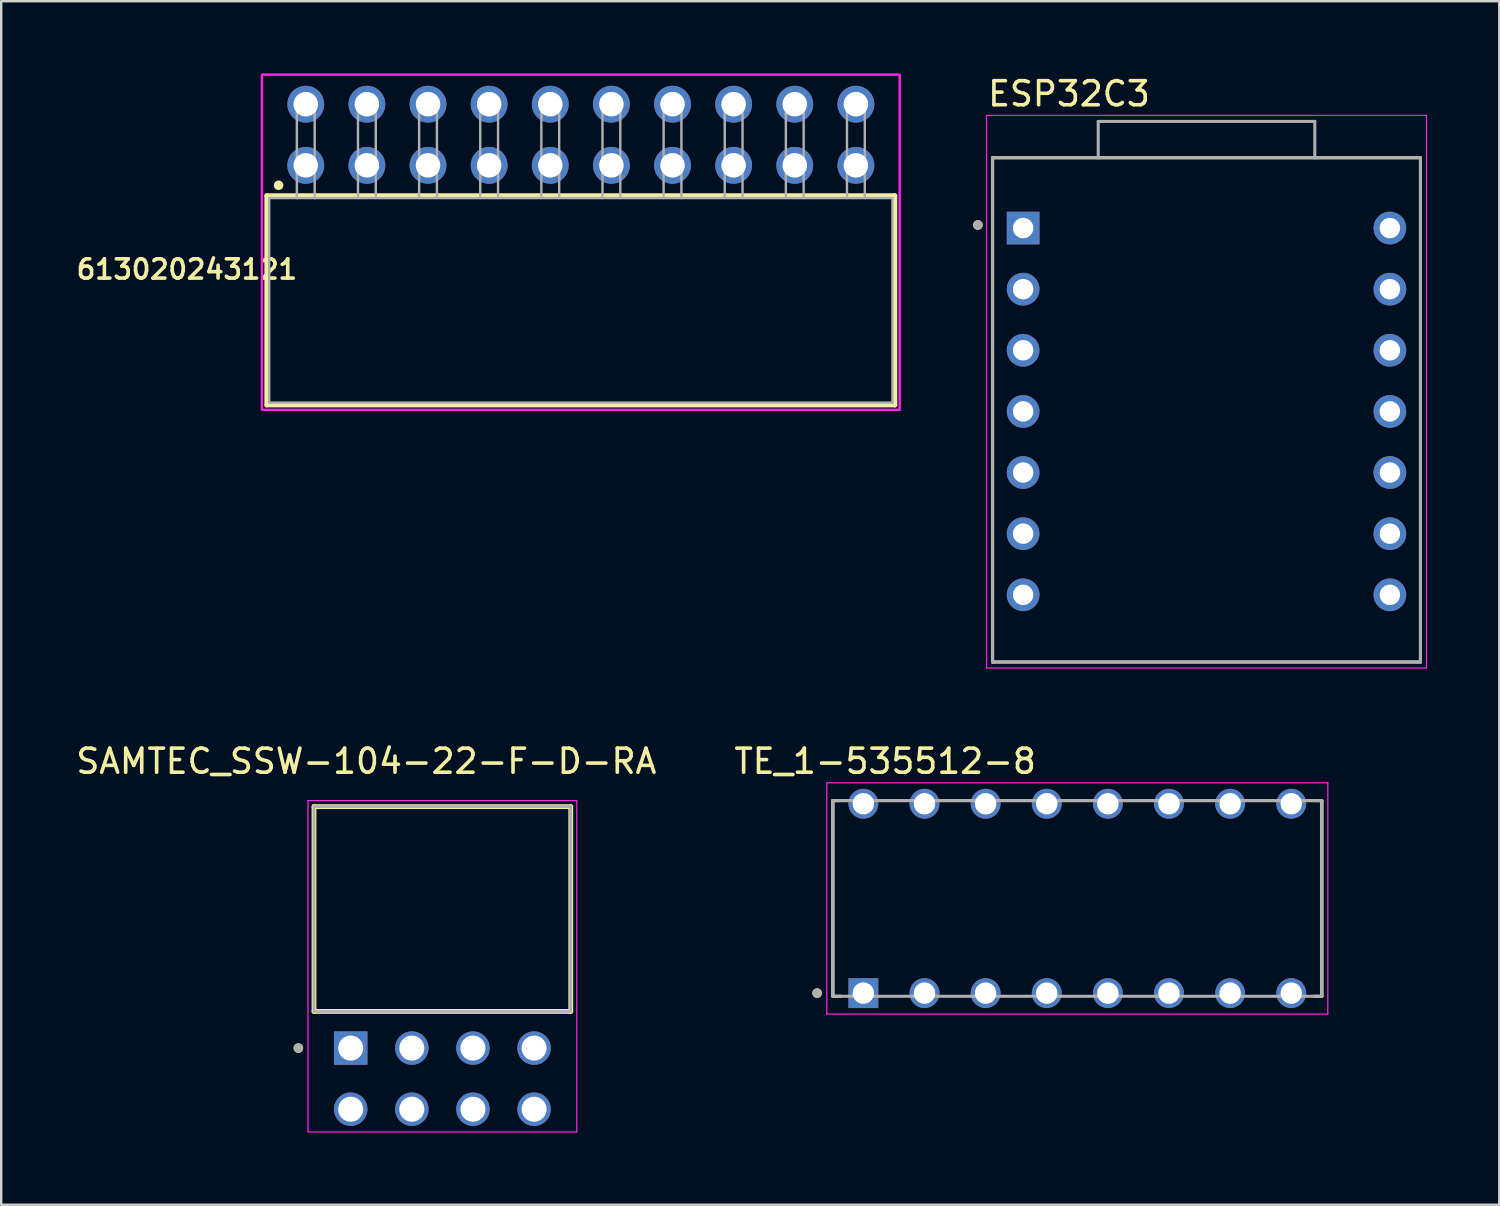
<source format=kicad_pcb>
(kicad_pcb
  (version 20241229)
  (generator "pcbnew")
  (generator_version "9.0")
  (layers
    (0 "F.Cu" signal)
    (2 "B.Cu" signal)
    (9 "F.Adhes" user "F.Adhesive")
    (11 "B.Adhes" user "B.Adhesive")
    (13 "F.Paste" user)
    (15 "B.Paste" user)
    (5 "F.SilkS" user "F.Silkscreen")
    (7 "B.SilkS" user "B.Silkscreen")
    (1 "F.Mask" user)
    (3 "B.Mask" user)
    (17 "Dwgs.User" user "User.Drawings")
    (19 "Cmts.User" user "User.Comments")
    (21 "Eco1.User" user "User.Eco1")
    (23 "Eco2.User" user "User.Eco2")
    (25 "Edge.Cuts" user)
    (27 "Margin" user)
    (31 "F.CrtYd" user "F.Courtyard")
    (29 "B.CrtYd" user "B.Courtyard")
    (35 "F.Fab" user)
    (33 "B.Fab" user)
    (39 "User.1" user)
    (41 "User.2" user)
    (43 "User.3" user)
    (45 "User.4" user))
  (footprint "TE_1-535512-8"
    (layer "F.Cu")
    (at 32.827 38.219)
    (property "Reference" "TE_1-535512-8" (at 0.905 -9.635 0) (layer "F.SilkS") (effects (font (size 1 1) (thickness 0.15))))
    (attr through_hole)
    (fp_line (start -1.27 -8) (end -0.94 -8) (stroke (width 0.127) (type solid)) (layer "F.SilkS"))
    (fp_line (start -1.27 0.13) (end -1.27 -8) (stroke (width 0.127) (type solid)) (layer "F.SilkS"))
    (fp_line (start -0.94 0.13) (end -1.27 0.13) (stroke (width 0.127) (type solid)) (layer "F.SilkS"))
    (fp_line (start 18.72 -8) (end 19.05 -8) (stroke (width 0.127) (type solid)) (layer "F.SilkS"))
    (fp_line (start 18.72 0.13) (end 19.05 0.13) (stroke (width 0.127) (type solid)) (layer "F.SilkS"))
    (fp_line (start 19.05 -8) (end 19.05 0.13) (stroke (width 0.127) (type solid)) (layer "F.SilkS"))
    (fp_circle (center -1.92 0) (end -1.82 0) (stroke (width 0.2) (type solid)) (fill no) (layer "F.SilkS"))
    (fp_line (start -1.52 -8.74) (end 19.3 -8.74) (stroke (width 0.05) (type solid)) (layer "F.CrtYd"))
    (fp_line (start -1.52 0.87) (end -1.52 -8.74) (stroke (width 0.05) (type solid)) (layer "F.CrtYd"))
    (fp_line (start 19.3 -8.74) (end 19.3 0.87) (stroke (width 0.05) (type solid)) (layer "F.CrtYd"))
    (fp_line (start 19.3 0.87) (end -1.52 0.87) (stroke (width 0.05) (type solid)) (layer "F.CrtYd"))
    (fp_line (start -1.27 -8) (end 19.05 -8) (stroke (width 0.127) (type solid)) (layer "F.Fab"))
    (fp_line (start -1.27 -8) (end 19.05 -8) (stroke (width 0.127) (type solid)) (layer "F.Fab"))
    (fp_line (start -1.27 0.13) (end -1.27 -8) (stroke (width 0.127) (type solid)) (layer "F.Fab"))
    (fp_line (start -1.27 0.13) (end -1.27 -8) (stroke (width 0.127) (type solid)) (layer "F.Fab"))
    (fp_line (start 19.05 -8) (end 19.05 0.13) (stroke (width 0.127) (type solid)) (layer "F.Fab"))
    (fp_line (start 19.05 -8) (end 19.05 0.13) (stroke (width 0.127) (type solid)) (layer "F.Fab"))
    (fp_line (start 19.05 0.13) (end -1.27 0.13) (stroke (width 0.127) (type solid)) (layer "F.Fab"))
    (fp_circle (center -1.92 0) (end -1.82 0) (stroke (width 0.2) (type solid)) (fill no) (layer "F.Fab"))
    (pad "1" thru_hole rect (at 0 0) (size 1.24 1.24) (drill 0.89) (layers "*.Cu" "*.Mask"))
    (pad "2" thru_hole circle (at 2.54 0) (size 1.24 1.24) (drill 0.89) (layers "*.Cu" "*.Mask"))
    (pad "3" thru_hole circle (at 5.08 0) (size 1.24 1.24) (drill 0.89) (layers "*.Cu" "*.Mask"))
    (pad "4" thru_hole circle (at 7.62 0) (size 1.24 1.24) (drill 0.89) (layers "*.Cu" "*.Mask"))
    (pad "5" thru_hole circle (at 10.16 0) (size 1.24 1.24) (drill 0.89) (layers "*.Cu" "*.Mask"))
    (pad "6" thru_hole circle (at 12.7 0) (size 1.24 1.24) (drill 0.89) (layers "*.Cu" "*.Mask"))
    (pad "7" thru_hole circle (at 15.24 0) (size 1.24 1.24) (drill 0.89) (layers "*.Cu" "*.Mask"))
    (pad "8" thru_hole circle (at 17.78 0) (size 1.24 1.24) (drill 0.89) (layers "*.Cu" "*.Mask"))
    (pad "9" thru_hole circle (at 0 -7.87) (size 1.24 1.24) (drill 0.89) (layers "*.Cu" "*.Mask"))
    (pad "10" thru_hole circle (at 2.54 -7.87) (size 1.24 1.24) (drill 0.89) (layers "*.Cu" "*.Mask"))
    (pad "11" thru_hole circle (at 5.08 -7.87) (size 1.24 1.24) (drill 0.89) (layers "*.Cu" "*.Mask"))
    (pad "12" thru_hole circle (at 7.62 -7.87) (size 1.24 1.24) (drill 0.89) (layers "*.Cu" "*.Mask"))
    (pad "13" thru_hole circle (at 10.16 -7.87) (size 1.24 1.24) (drill 0.89) (layers "*.Cu" "*.Mask"))
    (pad "14" thru_hole circle (at 12.7 -7.87) (size 1.24 1.24) (drill 0.89) (layers "*.Cu" "*.Mask"))
    (pad "15" thru_hole circle (at 15.24 -7.87) (size 1.24 1.24) (drill 0.89) (layers "*.Cu" "*.Mask"))
    (pad "16" thru_hole circle (at 17.78 -7.87) (size 1.24 1.24) (drill 0.89) (layers "*.Cu" "*.Mask")))
  (footprint "SAMTEC_SSW-104-22-F-D-RA"
    (layer "F.Cu")
    (at 11.523 40.503)
    (property "Reference" "SAMTEC_SSW-104-22-F-D-RA" (at 0.65 -11.919 0) (layer "F.SilkS") (effects (font (size 1 1) (thickness 0.15))))
    (attr through_hole)
    (fp_line (start -1.525 -1.524) (end -1.525 -10.034) (stroke (width 0.2) (type solid)) (layer "F.SilkS"))
    (fp_line (start 9.145 -10.034) (end -1.525 -10.034) (stroke (width 0.2) (type solid)) (layer "F.SilkS"))
    (fp_line (start 9.145 -10.034) (end 9.145 -1.524) (stroke (width 0.2) (type solid)) (layer "F.SilkS"))
    (fp_line (start 9.145 -1.524) (end -1.525 -1.524) (stroke (width 0.2) (type solid)) (layer "F.SilkS"))
    (fp_circle (center -2.175 0) (end -2.075 0) (stroke (width 0.2) (type solid)) (fill no) (layer "F.SilkS"))
    (fp_line (start -1.775 -10.284) (end 9.395 -10.284) (stroke (width 0.05) (type solid)) (layer "F.CrtYd"))
    (fp_line (start -1.775 3.485) (end -1.775 -10.284) (stroke (width 0.05) (type solid)) (layer "F.CrtYd"))
    (fp_line (start 9.395 -10.284) (end 9.395 3.485) (stroke (width 0.05) (type solid)) (layer "F.CrtYd"))
    (fp_line (start 9.395 3.485) (end -1.775 3.485) (stroke (width 0.05) (type solid)) (layer "F.CrtYd"))
    (fp_line (start -1.525 -10.034) (end 9.145 -10.034) (stroke (width 0.1) (type solid)) (layer "F.Fab"))
    (fp_line (start -1.525 -10.034) (end 9.145 -10.034) (stroke (width 0.1) (type solid)) (layer "F.Fab"))
    (fp_line (start -1.525 -1.524) (end -1.525 -10.034) (stroke (width 0.1) (type solid)) (layer "F.Fab"))
    (fp_line (start -1.525 -1.524) (end -1.525 -10.034) (stroke (width 0.1) (type solid)) (layer "F.Fab"))
    (fp_line (start 9.145 -10.034) (end 9.145 -1.524) (stroke (width 0.1) (type solid)) (layer "F.Fab"))
    (fp_line (start 9.145 -10.034) (end 9.145 -1.524) (stroke (width 0.1) (type solid)) (layer "F.Fab"))
    (fp_line (start 9.145 -1.524) (end -1.525 -1.524) (stroke (width 0.1) (type solid)) (layer "F.Fab"))
    (fp_circle (center -2.175 0) (end -2.075 0) (stroke (width 0.2) (type solid)) (fill no) (layer "F.Fab"))
    (pad "01" thru_hole rect (at 0 0) (size 1.39 1.39) (drill 1.04) (layers "*.Cu" "*.Mask"))
    (pad "02" thru_hole circle (at 0 2.54) (size 1.39 1.39) (drill 1.04) (layers "*.Cu" "*.Mask"))
    (pad "03" thru_hole circle (at 2.54 0) (size 1.39 1.39) (drill 1.04) (layers "*.Cu" "*.Mask"))
    (pad "04" thru_hole circle (at 2.54 2.54) (size 1.39 1.39) (drill 1.04) (layers "*.Cu" "*.Mask"))
    (pad "05" thru_hole circle (at 5.08 0) (size 1.39 1.39) (drill 1.04) (layers "*.Cu" "*.Mask"))
    (pad "06" thru_hole circle (at 5.08 2.54) (size 1.39 1.39) (drill 1.04) (layers "*.Cu" "*.Mask"))
    (pad "07" thru_hole circle (at 7.62 0) (size 1.39 1.39) (drill 1.04) (layers "*.Cu" "*.Mask"))
    (pad "08" thru_hole circle (at 7.62 2.54) (size 1.39 1.39) (drill 1.04) (layers "*.Cu" "*.Mask")))
  (footprint "613020243121"
    (layer "F.Cu")
    (at 21.086 9.43)
    (property "Reference" "613020243121" (at -16.37 -1.288 0) (layer "F.SilkS") (effects (font (size 0.8 0.8) (thickness 0.15))))
    (attr through_hole)
    (fp_line (start -13.05 -4.35) (end 13.05 -4.35) (stroke (width 0.2) (type solid)) (layer "F.SilkS"))
    (fp_line (start -13.05 4.35) (end -13.05 -4.35) (stroke (width 0.2) (type solid)) (layer "F.SilkS"))
    (fp_line (start 13.05 -4.35) (end 13.05 4.35) (stroke (width 0.2) (type solid)) (layer "F.SilkS"))
    (fp_line (start 13.05 4.35) (end -13.05 4.35) (stroke (width 0.2) (type solid)) (layer "F.SilkS"))
    (fp_circle (center -12.56 -4.78) (end -12.46 -4.78) (stroke (width 0.2) (type solid)) (fill no) (layer "F.SilkS"))
    (fp_poly (pts (xy -13.25 -9.38) (xy 13.25 -9.38) (xy 13.25 4.55) (xy -13.25 4.55)) (stroke (width 0.1) (type solid)) (fill no) (layer "F.CrtYd"))
    (fp_line (start -12.95 -4.25) (end -12.95 4.25) (stroke (width 0.1) (type solid)) (layer "F.Fab"))
    (fp_line (start -11.8 -8.35) (end -11.06 -8.35) (stroke (width 0.1) (type solid)) (layer "F.Fab"))
    (fp_line (start -11.8 -4.25) (end -12.95 -4.25) (stroke (width 0.1) (type solid)) (layer "F.Fab"))
    (fp_line (start -11.8 -4.25) (end -11.8 -8.35) (stroke (width 0.1) (type solid)) (layer "F.Fab"))
    (fp_line (start -11.06 -8.35) (end -11.06 -4.25) (stroke (width 0.1) (type solid)) (layer "F.Fab"))
    (fp_line (start -11.06 -4.25) (end -11.8 -4.25) (stroke (width 0.1) (type solid)) (layer "F.Fab"))
    (fp_line (start -9.26 -8.35) (end -8.52 -8.35) (stroke (width 0.1) (type solid)) (layer "F.Fab"))
    (fp_line (start -9.26 -4.25) (end -9.26 -8.35) (stroke (width 0.1) (type solid)) (layer "F.Fab"))
    (fp_line (start -8.52 -8.35) (end -8.52 -4.25) (stroke (width 0.1) (type solid)) (layer "F.Fab"))
    (fp_line (start -6.72 -8.35) (end -5.98 -8.35) (stroke (width 0.1) (type solid)) (layer "F.Fab"))
    (fp_line (start -6.72 -4.25) (end -6.72 -8.35) (stroke (width 0.1) (type solid)) (layer "F.Fab"))
    (fp_line (start -5.98 -8.35) (end -5.98 -4.25) (stroke (width 0.1) (type solid)) (layer "F.Fab"))
    (fp_line (start -4.18 -8.35) (end -3.44 -8.35) (stroke (width 0.1) (type solid)) (layer "F.Fab"))
    (fp_line (start -4.18 -4.25) (end -4.18 -8.35) (stroke (width 0.1) (type solid)) (layer "F.Fab"))
    (fp_line (start -3.44 -8.35) (end -3.44 -4.25) (stroke (width 0.1) (type solid)) (layer "F.Fab"))
    (fp_line (start -1.64 -8.35) (end -0.9 -8.35) (stroke (width 0.1) (type solid)) (layer "F.Fab"))
    (fp_line (start -1.64 -4.25) (end -1.64 -8.35) (stroke (width 0.1) (type solid)) (layer "F.Fab"))
    (fp_line (start -0.9 -8.35) (end -0.9 -4.25) (stroke (width 0.1) (type solid)) (layer "F.Fab"))
    (fp_line (start 0.9 -8.35) (end 1.64 -8.35) (stroke (width 0.1) (type solid)) (layer "F.Fab"))
    (fp_line (start 0.9 -4.25) (end 0.9 -8.35) (stroke (width 0.1) (type solid)) (layer "F.Fab"))
    (fp_line (start 1.64 -8.35) (end 1.64 -4.25) (stroke (width 0.1) (type solid)) (layer "F.Fab"))
    (fp_line (start 3.44 -8.35) (end 4.18 -8.35) (stroke (width 0.1) (type solid)) (layer "F.Fab"))
    (fp_line (start 3.44 -4.25) (end 3.44 -8.35) (stroke (width 0.1) (type solid)) (layer "F.Fab"))
    (fp_line (start 4.18 -8.35) (end 4.18 -4.25) (stroke (width 0.1) (type solid)) (layer "F.Fab"))
    (fp_line (start 5.98 -8.35) (end 6.72 -8.35) (stroke (width 0.1) (type solid)) (layer "F.Fab"))
    (fp_line (start 5.98 -4.25) (end 5.98 -8.35) (stroke (width 0.1) (type solid)) (layer "F.Fab"))
    (fp_line (start 6.72 -8.35) (end 6.72 -4.25) (stroke (width 0.1) (type solid)) (layer "F.Fab"))
    (fp_line (start 8.52 -8.35) (end 9.26 -8.35) (stroke (width 0.1) (type solid)) (layer "F.Fab"))
    (fp_line (start 8.52 -4.25) (end 8.52 -8.35) (stroke (width 0.1) (type solid)) (layer "F.Fab"))
    (fp_line (start 9.26 -8.35) (end 9.26 -4.25) (stroke (width 0.1) (type solid)) (layer "F.Fab"))
    (fp_line (start 11.06 -8.35) (end 11.8 -8.35) (stroke (width 0.1) (type solid)) (layer "F.Fab"))
    (fp_line (start 11.06 -4.25) (end 11.06 -8.35) (stroke (width 0.1) (type solid)) (layer "F.Fab"))
    (fp_line (start 11.8 -8.35) (end 11.8 -4.25) (stroke (width 0.1) (type solid)) (layer "F.Fab"))
    (fp_line (start 12.95 -4.25) (end -11.06 -4.25) (stroke (width 0.1) (type solid)) (layer "F.Fab"))
    (fp_line (start 12.95 4.25) (end -12.95 4.25) (stroke (width 0.1) (type solid)) (layer "F.Fab"))
    (fp_line (start 12.95 4.25) (end 12.95 -4.25) (stroke (width 0.1) (type solid)) (layer "F.Fab"))
    (pad "1" thru_hole circle (at -11.43 -5.61) (size 1.53 1.53) (drill 1.02) (layers "*.Cu" "*.Mask"))
    (pad "2" thru_hole circle (at -11.43 -8.15) (size 1.53 1.53) (drill 1.02) (layers "*.Cu" "*.Mask"))
    (pad "3" thru_hole circle (at -8.89 -5.61) (size 1.53 1.53) (drill 1.02) (layers "*.Cu" "*.Mask"))
    (pad "4" thru_hole circle (at -8.89 -8.15) (size 1.53 1.53) (drill 1.02) (layers "*.Cu" "*.Mask"))
    (pad "5" thru_hole circle (at -6.35 -5.61) (size 1.53 1.53) (drill 1.02) (layers "*.Cu" "*.Mask"))
    (pad "6" thru_hole circle (at -6.35 -8.15) (size 1.53 1.53) (drill 1.02) (layers "*.Cu" "*.Mask"))
    (pad "7" thru_hole circle (at -3.81 -5.61) (size 1.53 1.53) (drill 1.02) (layers "*.Cu" "*.Mask"))
    (pad "8" thru_hole circle (at -3.81 -8.15) (size 1.53 1.53) (drill 1.02) (layers "*.Cu" "*.Mask"))
    (pad "9" thru_hole circle (at -1.27 -5.61) (size 1.53 1.53) (drill 1.02) (layers "*.Cu" "*.Mask"))
    (pad "10" thru_hole circle (at -1.27 -8.15) (size 1.53 1.53) (drill 1.02) (layers "*.Cu" "*.Mask"))
    (pad "11" thru_hole circle (at 1.27 -5.61) (size 1.53 1.53) (drill 1.02) (layers "*.Cu" "*.Mask"))
    (pad "12" thru_hole circle (at 1.27 -8.15) (size 1.53 1.53) (drill 1.02) (layers "*.Cu" "*.Mask"))
    (pad "13" thru_hole circle (at 3.81 -5.61) (size 1.53 1.53) (drill 1.02) (layers "*.Cu" "*.Mask"))
    (pad "14" thru_hole circle (at 3.81 -8.15) (size 1.53 1.53) (drill 1.02) (layers "*.Cu" "*.Mask"))
    (pad "15" thru_hole circle (at 6.35 -5.61) (size 1.53 1.53) (drill 1.02) (layers "*.Cu" "*.Mask"))
    (pad "16" thru_hole circle (at 6.35 -8.15) (size 1.53 1.53) (drill 1.02) (layers "*.Cu" "*.Mask"))
    (pad "17" thru_hole circle (at 8.89 -5.61) (size 1.53 1.53) (drill 1.02) (layers "*.Cu" "*.Mask"))
    (pad "18" thru_hole circle (at 8.89 -8.15) (size 1.53 1.53) (drill 1.02) (layers "*.Cu" "*.Mask"))
    (pad "19" thru_hole circle (at 11.43 -5.61) (size 1.53 1.53) (drill 1.02) (layers "*.Cu" "*.Mask"))
    (pad "20" thru_hole circle (at 11.43 -8.15) (size 1.53 1.53) (drill 1.02) (layers "*.Cu" "*.Mask")))
  (footprint "ESP32C3"
    (layer "F.Cu")
    (at 47.086 13.983)
    (property "Reference" "ESP32C3" (at -5.715 -13.135 0) (layer "F.SilkS") (effects (font (size 1 1) (thickness 0.15))))
    (attr through_hole)
    (fp_line (start -8.89 -10.477) (end 8.89 -10.477) (stroke (width 0.127) (type solid)) (layer "F.SilkS"))
    (fp_line (start -8.89 10.477) (end -8.89 -10.477) (stroke (width 0.127) (type solid)) (layer "F.SilkS"))
    (fp_line (start 8.89 -10.477) (end 8.89 10.477) (stroke (width 0.127) (type solid)) (layer "F.SilkS"))
    (fp_line (start 8.89 10.477) (end -8.89 10.477) (stroke (width 0.127) (type solid)) (layer "F.SilkS"))
    (fp_circle (center -9.5 -7.684) (end -9.4 -7.684) (stroke (width 0.2) (type solid)) (fill no) (layer "F.SilkS"))
    (fp_line (start -9.14 -12.238) (end -9.14 10.727) (stroke (width 0.05) (type solid)) (layer "F.CrtYd"))
    (fp_line (start -9.14 10.727) (end 9.14 10.727) (stroke (width 0.05) (type solid)) (layer "F.CrtYd"))
    (fp_line (start 9.14 -12.238) (end -9.14 -12.238) (stroke (width 0.05) (type solid)) (layer "F.CrtYd"))
    (fp_line (start 9.14 10.727) (end 9.14 -12.238) (stroke (width 0.05) (type solid)) (layer "F.CrtYd"))
    (fp_line (start -8.89 -10.477) (end -4.5 -10.477) (stroke (width 0.127) (type solid)) (layer "F.Fab"))
    (fp_line (start -8.89 10.477) (end -8.89 -10.477) (stroke (width 0.127) (type solid)) (layer "F.Fab"))
    (fp_line (start -4.5 -11.988) (end 4.5 -11.988) (stroke (width 0.127) (type solid)) (layer "F.Fab"))
    (fp_line (start -4.5 -10.477) (end -4.5 -11.988) (stroke (width 0.127) (type solid)) (layer "F.Fab"))
    (fp_line (start -4.5 -10.477) (end 4.5 -10.477) (stroke (width 0.127) (type solid)) (layer "F.Fab"))
    (fp_line (start 4.5 -11.988) (end 4.5 -10.477) (stroke (width 0.127) (type solid)) (layer "F.Fab"))
    (fp_line (start 4.5 -10.477) (end 8.89 -10.477) (stroke (width 0.127) (type solid)) (layer "F.Fab"))
    (fp_line (start 8.89 -10.477) (end 8.89 10.477) (stroke (width 0.127) (type solid)) (layer "F.Fab"))
    (fp_line (start 8.89 10.477) (end -8.89 10.477) (stroke (width 0.127) (type solid)) (layer "F.Fab"))
    (fp_circle (center -9.5 -7.684) (end -9.4 -7.684) (stroke (width 0.2) (type solid)) (fill no) (layer "F.Fab"))
    (pad "1" thru_hole rect (at -7.62 -7.556) (size 1.358 1.358) (drill 0.85) (layers "*.Cu" "*.Mask"))
    (pad "2" thru_hole circle (at -7.62 -5.016) (size 1.358 1.358) (drill 0.85) (layers "*.Cu" "*.Mask"))
    (pad "3" thru_hole circle (at -7.62 -2.477) (size 1.358 1.358) (drill 0.85) (layers "*.Cu" "*.Mask"))
    (pad "4" thru_hole circle (at -7.62 0.064) (size 1.358 1.358) (drill 0.85) (layers "*.Cu" "*.Mask"))
    (pad "5" thru_hole circle (at -7.62 2.603) (size 1.358 1.358) (drill 0.85) (layers "*.Cu" "*.Mask"))
    (pad "6" thru_hole circle (at -7.62 5.144) (size 1.358 1.358) (drill 0.85) (layers "*.Cu" "*.Mask"))
    (pad "7" thru_hole circle (at -7.62 7.684) (size 1.358 1.358) (drill 0.85) (layers "*.Cu" "*.Mask"))
    (pad "8" thru_hole circle (at 7.62 7.684) (size 1.358 1.358) (drill 0.85) (layers "*.Cu" "*.Mask"))
    (pad "9" thru_hole circle (at 7.62 5.144) (size 1.358 1.358) (drill 0.85) (layers "*.Cu" "*.Mask"))
    (pad "10" thru_hole circle (at 7.62 2.603) (size 1.358 1.358) (drill 0.85) (layers "*.Cu" "*.Mask"))
    (pad "11" thru_hole circle (at 7.62 0.064) (size 1.358 1.358) (drill 0.85) (layers "*.Cu" "*.Mask"))
    (pad "12" thru_hole circle (at 7.62 -2.477) (size 1.358 1.358) (drill 0.85) (layers "*.Cu" "*.Mask"))
    (pad "13" thru_hole circle (at 7.62 -5.016) (size 1.358 1.358) (drill 0.85) (layers "*.Cu" "*.Mask"))
    (pad "14" thru_hole circle (at 7.62 -7.556) (size 1.358 1.358) (drill 0.85) (layers "*.Cu" "*.Mask")))
  (gr_rect
    (start -3 -3)
    (end 59.251 47.013)
    (stroke (width 0.1) (type default))
    (fill no)
    (layer "Edge.Cuts")))
</source>
